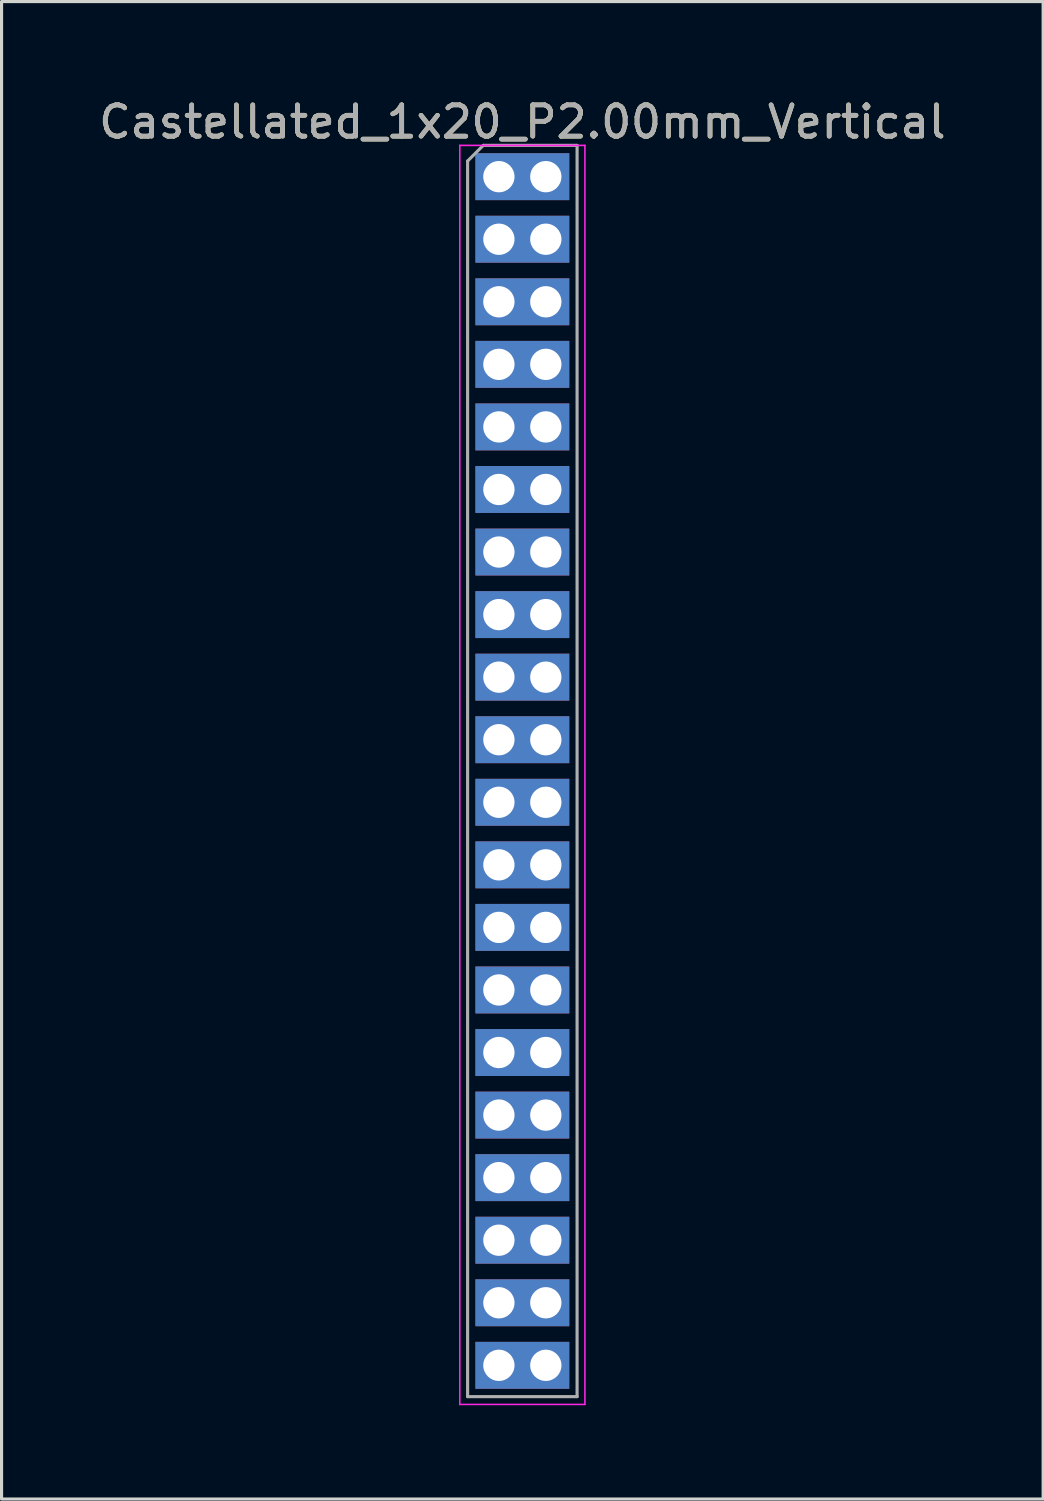
<source format=kicad_pcb>
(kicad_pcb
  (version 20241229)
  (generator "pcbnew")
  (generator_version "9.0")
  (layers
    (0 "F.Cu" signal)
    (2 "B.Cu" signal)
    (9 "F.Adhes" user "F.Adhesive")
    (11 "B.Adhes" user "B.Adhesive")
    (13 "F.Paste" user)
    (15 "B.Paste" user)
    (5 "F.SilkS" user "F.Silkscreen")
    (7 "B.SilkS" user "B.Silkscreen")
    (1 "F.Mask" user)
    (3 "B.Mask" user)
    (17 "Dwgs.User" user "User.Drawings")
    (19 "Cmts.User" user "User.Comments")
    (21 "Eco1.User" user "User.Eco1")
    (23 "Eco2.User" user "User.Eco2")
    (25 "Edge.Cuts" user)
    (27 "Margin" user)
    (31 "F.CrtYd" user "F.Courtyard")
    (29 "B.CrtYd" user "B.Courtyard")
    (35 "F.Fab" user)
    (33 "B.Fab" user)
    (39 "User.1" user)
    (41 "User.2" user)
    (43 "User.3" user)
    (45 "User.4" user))
  (footprint "Castellated_1x20_P2.00mm_Vertical"
    (layer "F.Cu")
    (at 12.899 2.598)
    (property "Reference" "Castellated_1x20_P2.00mm_Vertical" (at 0.75 -1.75 0) (layer "F.SilkS") (effects (font (size 1 1) (thickness 0.15))))
    (attr through_hole)
    (fp_line (start -1.25 -1) (end -1.25 39.25) (stroke (width 0.05) (type solid)) (layer "F.CrtYd"))
    (fp_line (start -1.25 39.25) (end 2.75 39.25) (stroke (width 0.05) (type solid)) (layer "F.CrtYd"))
    (fp_line (start 2.75 -1) (end -1.25 -1) (stroke (width 0.05) (type solid)) (layer "F.CrtYd"))
    (fp_line (start 2.75 39.25) (end 2.75 -1) (stroke (width 0.05) (type solid)) (layer "F.CrtYd"))
    (fp_line (start -1 -0.5) (end -0.5 -1) (stroke (width 0.1) (type solid)) (layer "F.Fab"))
    (fp_line (start -1 39) (end -1 -0.5) (stroke (width 0.1) (type solid)) (layer "F.Fab"))
    (fp_line (start -0.5 -1) (end 2.5 -1) (stroke (width 0.1) (type solid)) (layer "F.Fab"))
    (fp_line (start 2.5 -1) (end 2.5 39) (stroke (width 0.1) (type solid)) (layer "F.Fab"))
    (fp_line (start 2.5 39) (end -1 39) (stroke (width 0.1) (type solid)) (layer "F.Fab"))
    (fp_text user "${REFERENCE}" (at 0.75 -1.75 180) (layer "F.Fab") (effects (font (size 1 1) (thickness 0.15))))
    (pad "1" thru_hole circle (at 0 0) (size 1.35 1.35) (drill 1) (layers "*.Cu" "*.Mask"))
    (pad "1" smd rect (at 0.75 0) (size 3 1.5) (layers "F.Cu" "F.Mask"))
    (pad "1" smd rect (at 0.75 0) (size 3 1.5) (layers "B.Cu" "B.Mask"))
    (pad "1" thru_hole circle (at 1.5 0) (size 1.35 1.35) (drill 1) (layers "*.Cu" "*.Mask"))
    (pad "2" thru_hole oval (at 0 2) (size 1.35 1.35) (drill 1) (layers "*.Cu" "*.Mask"))
    (pad "2" smd rect (at 0.75 2) (size 3 1.5) (layers "F.Cu" "F.Mask"))
    (pad "2" smd rect (at 0.75 2) (size 3 1.5) (layers "B.Cu" "B.Mask"))
    (pad "2" thru_hole oval (at 1.5 2) (size 1.35 1.35) (drill 1) (layers "*.Cu" "*.Mask"))
    (pad "3" thru_hole oval (at 0 4) (size 1.35 1.35) (drill 1) (layers "*.Cu" "*.Mask"))
    (pad "3" smd rect (at 0.75 4) (size 3 1.5) (layers "F.Cu" "F.Mask"))
    (pad "3" smd rect (at 0.75 4) (size 3 1.5) (layers "B.Cu" "B.Mask"))
    (pad "3" thru_hole oval (at 1.5 4) (size 1.35 1.35) (drill 1) (layers "*.Cu" "*.Mask"))
    (pad "4" thru_hole oval (at 0 6) (size 1.35 1.35) (drill 1) (layers "*.Cu" "*.Mask"))
    (pad "4" smd rect (at 0.75 6) (size 3 1.5) (layers "F.Cu" "F.Mask"))
    (pad "4" smd rect (at 0.75 6 180) (size 3 1.5) (layers "B.Cu" "B.Mask"))
    (pad "4" thru_hole oval (at 1.5 6) (size 1.35 1.35) (drill 1) (layers "*.Cu" "*.Mask"))
    (pad "5" thru_hole oval (at 0 8) (size 1.35 1.35) (drill 1) (layers "*.Cu" "*.Mask"))
    (pad "5" smd rect (at 0.75 8) (size 3 1.5) (layers "F.Cu" "F.Mask"))
    (pad "5" smd rect (at 0.75 8 180) (size 3 1.5) (layers "B.Cu" "B.Mask"))
    (pad "5" thru_hole oval (at 1.5 8) (size 1.35 1.35) (drill 1) (layers "*.Cu" "*.Mask"))
    (pad "6" thru_hole oval (at 0 10) (size 1.35 1.35) (drill 1) (layers "*.Cu" "*.Mask"))
    (pad "6" smd rect (at 0.75 10) (size 3 1.5) (layers "F.Cu" "F.Mask"))
    (pad "6" smd rect (at 0.75 10 180) (size 3 1.5) (layers "B.Cu" "B.Mask"))
    (pad "6" thru_hole oval (at 1.5 10) (size 1.35 1.35) (drill 1) (layers "*.Cu" "*.Mask"))
    (pad "7" thru_hole oval (at 0 12) (size 1.35 1.35) (drill 1) (layers "*.Cu" "*.Mask"))
    (pad "7" smd rect (at 0.75 12) (size 3 1.5) (layers "F.Cu" "F.Mask"))
    (pad "7" smd rect (at 0.75 12 180) (size 3 1.5) (layers "B.Cu" "B.Mask"))
    (pad "7" thru_hole oval (at 1.5 12) (size 1.35 1.35) (drill 1) (layers "*.Cu" "*.Mask"))
    (pad "8" thru_hole oval (at 0 14) (size 1.35 1.35) (drill 1) (layers "*.Cu" "*.Mask"))
    (pad "8" smd rect (at 0.75 14) (size 3 1.5) (layers "F.Cu" "F.Mask"))
    (pad "8" smd rect (at 0.75 14 180) (size 3 1.5) (layers "B.Cu" "B.Mask"))
    (pad "8" thru_hole oval (at 1.5 14) (size 1.35 1.35) (drill 1) (layers "*.Cu" "*.Mask"))
    (pad "9" thru_hole oval (at 0 16) (size 1.35 1.35) (drill 1) (layers "*.Cu" "*.Mask"))
    (pad "9" smd rect (at 0.75 16) (size 3 1.5) (layers "F.Cu" "F.Mask"))
    (pad "9" smd rect (at 0.75 16 180) (size 3 1.5) (layers "B.Cu" "B.Mask"))
    (pad "9" thru_hole oval (at 1.5 16) (size 1.35 1.35) (drill 1) (layers "*.Cu" "*.Mask"))
    (pad "10" thru_hole oval (at 0 18) (size 1.35 1.35) (drill 1) (layers "*.Cu" "*.Mask"))
    (pad "10" smd rect (at 0.75 18) (size 3 1.5) (layers "F.Cu" "F.Mask"))
    (pad "10" smd rect (at 0.75 18 180) (size 3 1.5) (layers "B.Cu" "B.Mask"))
    (pad "10" thru_hole oval (at 1.5 18) (size 1.35 1.35) (drill 1) (layers "*.Cu" "*.Mask"))
    (pad "11" thru_hole oval (at 0 20) (size 1.35 1.35) (drill 1) (layers "*.Cu" "*.Mask"))
    (pad "11" smd rect (at 0.75 20) (size 3 1.5) (layers "F.Cu" "F.Mask"))
    (pad "11" smd rect (at 0.75 20 180) (size 3 1.5) (layers "B.Cu" "B.Mask"))
    (pad "11" thru_hole oval (at 1.5 20) (size 1.35 1.35) (drill 1) (layers "*.Cu" "*.Mask"))
    (pad "12" thru_hole oval (at 0 22) (size 1.35 1.35) (drill 1) (layers "*.Cu" "*.Mask"))
    (pad "12" smd rect (at 0.75 22) (size 3 1.5) (layers "F.Cu" "F.Mask"))
    (pad "12" smd rect (at 0.75 22 180) (size 3 1.5) (layers "B.Cu" "B.Mask"))
    (pad "12" thru_hole oval (at 1.5 22) (size 1.35 1.35) (drill 1) (layers "*.Cu" "*.Mask"))
    (pad "13" thru_hole oval (at 0 24) (size 1.35 1.35) (drill 1) (layers "*.Cu" "*.Mask"))
    (pad "13" smd rect (at 0.75 24) (size 3 1.5) (layers "F.Cu" "F.Mask"))
    (pad "13" smd rect (at 0.75 24 180) (size 3 1.5) (layers "B.Cu" "B.Mask"))
    (pad "13" thru_hole oval (at 1.5 24) (size 1.35 1.35) (drill 1) (layers "*.Cu" "*.Mask"))
    (pad "14" thru_hole oval (at 0 26) (size 1.35 1.35) (drill 1) (layers "*.Cu" "*.Mask"))
    (pad "14" smd rect (at 0.75 26) (size 3 1.5) (layers "F.Cu" "F.Mask"))
    (pad "14" smd rect (at 0.75 26 180) (size 3 1.5) (layers "B.Cu" "B.Mask"))
    (pad "14" thru_hole oval (at 1.5 26) (size 1.35 1.35) (drill 1) (layers "*.Cu" "*.Mask"))
    (pad "15" thru_hole oval (at 0 28) (size 1.35 1.35) (drill 1) (layers "*.Cu" "*.Mask"))
    (pad "15" smd rect (at 0.75 28) (size 3 1.5) (layers "F.Cu" "F.Mask"))
    (pad "15" smd rect (at 0.75 28 180) (size 3 1.5) (layers "B.Cu" "B.Mask"))
    (pad "15" thru_hole oval (at 1.5 28) (size 1.35 1.35) (drill 1) (layers "*.Cu" "*.Mask"))
    (pad "16" thru_hole oval (at 0 30) (size 1.35 1.35) (drill 1) (layers "*.Cu" "*.Mask"))
    (pad "16" smd rect (at 0.75 30) (size 3 1.5) (layers "F.Cu" "F.Mask"))
    (pad "16" smd rect (at 0.75 30 180) (size 3 1.5) (layers "B.Cu" "B.Mask"))
    (pad "16" thru_hole oval (at 1.5 30) (size 1.35 1.35) (drill 1) (layers "*.Cu" "*.Mask"))
    (pad "17" thru_hole oval (at 0 32) (size 1.35 1.35) (drill 1) (layers "*.Cu" "*.Mask"))
    (pad "17" smd rect (at 0.75 32) (size 3 1.5) (layers "F.Cu" "F.Mask"))
    (pad "17" smd rect (at 0.75 32 180) (size 3 1.5) (layers "B.Cu" "B.Mask"))
    (pad "17" thru_hole oval (at 1.5 32) (size 1.35 1.35) (drill 1) (layers "*.Cu" "*.Mask"))
    (pad "18" thru_hole oval (at 0 34) (size 1.35 1.35) (drill 1) (layers "*.Cu" "*.Mask"))
    (pad "18" smd rect (at 0.75 34) (size 3 1.5) (layers "F.Cu" "F.Mask"))
    (pad "18" smd rect (at 0.75 34 180) (size 3 1.5) (layers "B.Cu" "B.Mask"))
    (pad "18" thru_hole oval (at 1.5 34) (size 1.35 1.35) (drill 1) (layers "*.Cu" "*.Mask"))
    (pad "19" thru_hole oval (at 0 36) (size 1.35 1.35) (drill 1) (layers "*.Cu" "*.Mask"))
    (pad "19" smd rect (at 0.75 36) (size 3 1.5) (layers "F.Cu" "F.Mask"))
    (pad "19" smd rect (at 0.75 36 180) (size 3 1.5) (layers "B.Cu" "B.Mask"))
    (pad "19" thru_hole oval (at 1.5 36) (size 1.35 1.35) (drill 1) (layers "*.Cu" "*.Mask"))
    (pad "20" thru_hole oval (at 0 38) (size 1.35 1.35) (drill 1) (layers "*.Cu" "*.Mask"))
    (pad "20" smd rect (at 0.75 38) (size 3 1.5) (layers "F.Cu" "F.Mask"))
    (pad "20" smd rect (at 0.75 38 180) (size 3 1.5) (layers "B.Cu" "B.Mask"))
    (pad "20" thru_hole oval (at 1.5 38) (size 1.35 1.35) (drill 1) (layers "*.Cu" "*.Mask")))
  (gr_rect
    (start -3 -3)
    (end 30.298 44.873)
    (stroke (width 0.1) (type default))
    (fill no)
    (layer "Edge.Cuts")))
</source>
